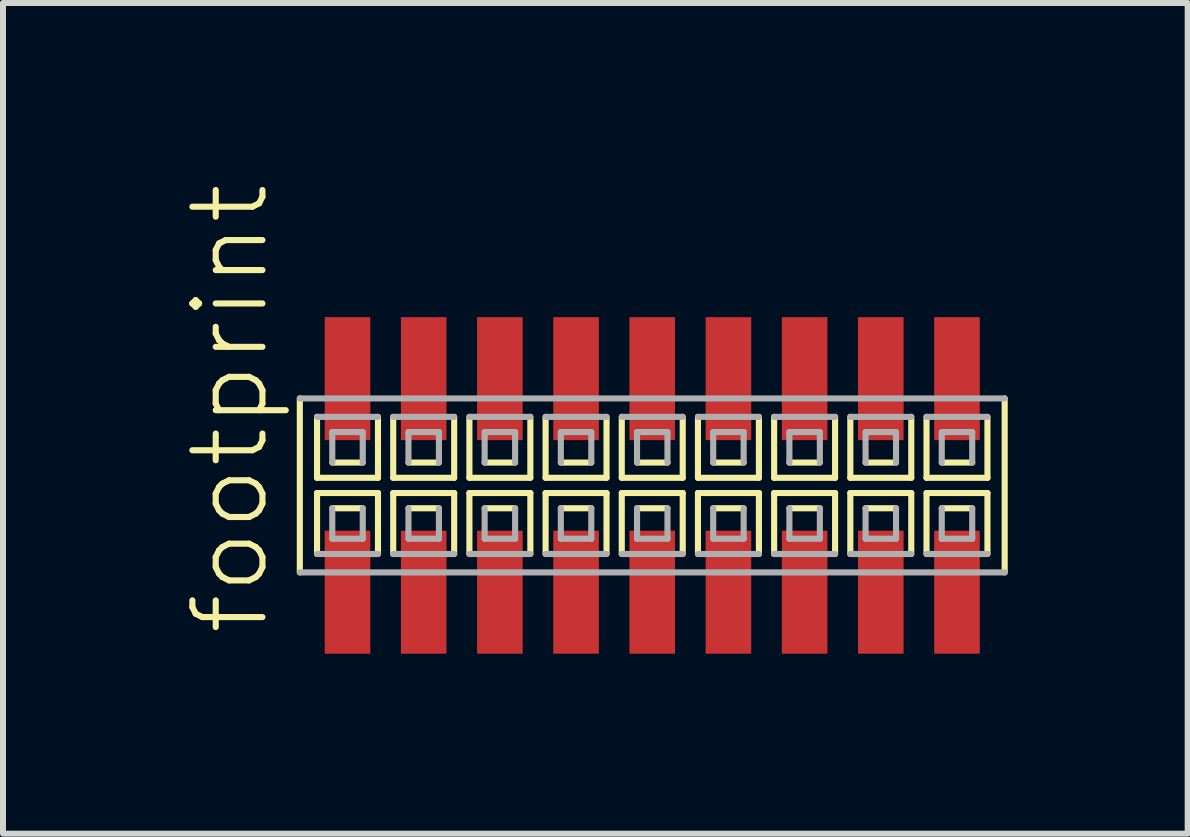
<source format=kicad_pcb>
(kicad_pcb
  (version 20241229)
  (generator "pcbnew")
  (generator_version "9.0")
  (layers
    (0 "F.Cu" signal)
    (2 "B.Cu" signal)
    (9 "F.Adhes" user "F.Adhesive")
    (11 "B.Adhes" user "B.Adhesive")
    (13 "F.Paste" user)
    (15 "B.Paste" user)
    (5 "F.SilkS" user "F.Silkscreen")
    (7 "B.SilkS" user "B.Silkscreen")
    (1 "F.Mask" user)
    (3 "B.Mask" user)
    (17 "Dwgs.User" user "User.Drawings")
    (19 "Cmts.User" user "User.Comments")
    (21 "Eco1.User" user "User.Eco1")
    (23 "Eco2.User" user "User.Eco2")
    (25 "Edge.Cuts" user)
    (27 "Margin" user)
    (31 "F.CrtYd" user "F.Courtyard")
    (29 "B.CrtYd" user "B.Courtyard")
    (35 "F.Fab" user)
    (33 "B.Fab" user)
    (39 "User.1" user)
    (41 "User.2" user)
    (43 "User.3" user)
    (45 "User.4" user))
  (footprint "footprint"
    (layer "F.Cu")
    (at 7.823 5.042)
    (property "Reference" "footprint" (at -6.35 2.54 90) (layer "F.SilkS") (effects (font (size 1.168 1.168) (thickness 0.102)) (justify left bottom)))
    (fp_line (start -5.875 -1.45) (end -5.875 1.45) (stroke (width 0.102) (type solid)) (layer "F.SilkS"))
    (fp_line (start -5.588 -1.143) (end -5.588 -0.127) (stroke (width 0.102) (type solid)) (layer "F.SilkS"))
    (fp_line (start -5.588 -0.127) (end -4.572 -0.127) (stroke (width 0.102) (type solid)) (layer "F.SilkS"))
    (fp_line (start -5.588 0.127) (end -5.588 1.143) (stroke (width 0.102) (type solid)) (layer "F.SilkS"))
    (fp_line (start -5.334 -0.381) (end -4.826 -0.381) (stroke (width 0.102) (type solid)) (layer "F.SilkS"))
    (fp_line (start -4.826 0.381) (end -5.334 0.381) (stroke (width 0.102) (type solid)) (layer "F.SilkS"))
    (fp_line (start -4.572 -0.127) (end -4.572 -1.143) (stroke (width 0.102) (type solid)) (layer "F.SilkS"))
    (fp_line (start -4.572 0.127) (end -5.588 0.127) (stroke (width 0.102) (type solid)) (layer "F.SilkS"))
    (fp_line (start -4.572 1.143) (end -4.572 0.127) (stroke (width 0.102) (type solid)) (layer "F.SilkS"))
    (fp_line (start -4.318 -1.143) (end -4.318 -0.127) (stroke (width 0.102) (type solid)) (layer "F.SilkS"))
    (fp_line (start -4.318 -0.127) (end -3.302 -0.127) (stroke (width 0.102) (type solid)) (layer "F.SilkS"))
    (fp_line (start -4.318 0.127) (end -4.318 1.143) (stroke (width 0.102) (type solid)) (layer "F.SilkS"))
    (fp_line (start -4.064 -0.381) (end -3.556 -0.381) (stroke (width 0.102) (type solid)) (layer "F.SilkS"))
    (fp_line (start -3.556 0.381) (end -4.064 0.381) (stroke (width 0.102) (type solid)) (layer "F.SilkS"))
    (fp_line (start -3.302 -0.127) (end -3.302 -1.143) (stroke (width 0.102) (type solid)) (layer "F.SilkS"))
    (fp_line (start -3.302 0.127) (end -4.318 0.127) (stroke (width 0.102) (type solid)) (layer "F.SilkS"))
    (fp_line (start -3.302 1.143) (end -3.302 0.127) (stroke (width 0.102) (type solid)) (layer "F.SilkS"))
    (fp_line (start -3.048 -1.143) (end -3.048 -0.127) (stroke (width 0.102) (type solid)) (layer "F.SilkS"))
    (fp_line (start -3.048 -0.127) (end -2.032 -0.127) (stroke (width 0.102) (type solid)) (layer "F.SilkS"))
    (fp_line (start -3.048 0.127) (end -3.048 1.143) (stroke (width 0.102) (type solid)) (layer "F.SilkS"))
    (fp_line (start -2.794 -0.381) (end -2.286 -0.381) (stroke (width 0.102) (type solid)) (layer "F.SilkS"))
    (fp_line (start -2.286 0.381) (end -2.794 0.381) (stroke (width 0.102) (type solid)) (layer "F.SilkS"))
    (fp_line (start -2.032 -0.127) (end -2.032 -1.143) (stroke (width 0.102) (type solid)) (layer "F.SilkS"))
    (fp_line (start -2.032 0.127) (end -3.048 0.127) (stroke (width 0.102) (type solid)) (layer "F.SilkS"))
    (fp_line (start -2.032 1.143) (end -2.032 0.127) (stroke (width 0.102) (type solid)) (layer "F.SilkS"))
    (fp_line (start -1.778 -1.143) (end -1.778 -0.127) (stroke (width 0.102) (type solid)) (layer "F.SilkS"))
    (fp_line (start -1.778 -0.127) (end -0.762 -0.127) (stroke (width 0.102) (type solid)) (layer "F.SilkS"))
    (fp_line (start -1.778 0.127) (end -1.778 1.143) (stroke (width 0.102) (type solid)) (layer "F.SilkS"))
    (fp_line (start -1.524 -0.381) (end -1.016 -0.381) (stroke (width 0.102) (type solid)) (layer "F.SilkS"))
    (fp_line (start -1.016 0.381) (end -1.524 0.381) (stroke (width 0.102) (type solid)) (layer "F.SilkS"))
    (fp_line (start -0.762 -0.127) (end -0.762 -1.143) (stroke (width 0.102) (type solid)) (layer "F.SilkS"))
    (fp_line (start -0.762 0.127) (end -1.778 0.127) (stroke (width 0.102) (type solid)) (layer "F.SilkS"))
    (fp_line (start -0.762 1.143) (end -0.762 0.127) (stroke (width 0.102) (type solid)) (layer "F.SilkS"))
    (fp_line (start -0.508 -1.143) (end -0.508 -0.127) (stroke (width 0.102) (type solid)) (layer "F.SilkS"))
    (fp_line (start -0.508 -0.127) (end 0.508 -0.127) (stroke (width 0.102) (type solid)) (layer "F.SilkS"))
    (fp_line (start -0.508 0.127) (end -0.508 1.143) (stroke (width 0.102) (type solid)) (layer "F.SilkS"))
    (fp_line (start -0.254 -0.381) (end 0.254 -0.381) (stroke (width 0.102) (type solid)) (layer "F.SilkS"))
    (fp_line (start 0.254 0.381) (end -0.254 0.381) (stroke (width 0.102) (type solid)) (layer "F.SilkS"))
    (fp_line (start 0.508 -0.127) (end 0.508 -1.143) (stroke (width 0.102) (type solid)) (layer "F.SilkS"))
    (fp_line (start 0.508 0.127) (end -0.508 0.127) (stroke (width 0.102) (type solid)) (layer "F.SilkS"))
    (fp_line (start 0.508 1.143) (end 0.508 0.127) (stroke (width 0.102) (type solid)) (layer "F.SilkS"))
    (fp_line (start 0.762 -1.143) (end 0.762 -0.127) (stroke (width 0.102) (type solid)) (layer "F.SilkS"))
    (fp_line (start 0.762 -0.127) (end 1.778 -0.127) (stroke (width 0.102) (type solid)) (layer "F.SilkS"))
    (fp_line (start 0.762 0.127) (end 0.762 1.143) (stroke (width 0.102) (type solid)) (layer "F.SilkS"))
    (fp_line (start 1.016 -0.381) (end 1.524 -0.381) (stroke (width 0.102) (type solid)) (layer "F.SilkS"))
    (fp_line (start 1.524 0.381) (end 1.016 0.381) (stroke (width 0.102) (type solid)) (layer "F.SilkS"))
    (fp_line (start 1.778 -0.127) (end 1.778 -1.143) (stroke (width 0.102) (type solid)) (layer "F.SilkS"))
    (fp_line (start 1.778 0.127) (end 0.762 0.127) (stroke (width 0.102) (type solid)) (layer "F.SilkS"))
    (fp_line (start 1.778 1.143) (end 1.778 0.127) (stroke (width 0.102) (type solid)) (layer "F.SilkS"))
    (fp_line (start 2.032 -1.143) (end 2.032 -0.127) (stroke (width 0.102) (type solid)) (layer "F.SilkS"))
    (fp_line (start 2.032 -0.127) (end 3.048 -0.127) (stroke (width 0.102) (type solid)) (layer "F.SilkS"))
    (fp_line (start 2.032 0.127) (end 2.032 1.143) (stroke (width 0.102) (type solid)) (layer "F.SilkS"))
    (fp_line (start 2.286 -0.381) (end 2.794 -0.381) (stroke (width 0.102) (type solid)) (layer "F.SilkS"))
    (fp_line (start 2.794 0.381) (end 2.286 0.381) (stroke (width 0.102) (type solid)) (layer "F.SilkS"))
    (fp_line (start 3.048 -0.127) (end 3.048 -1.143) (stroke (width 0.102) (type solid)) (layer "F.SilkS"))
    (fp_line (start 3.048 0.127) (end 2.032 0.127) (stroke (width 0.102) (type solid)) (layer "F.SilkS"))
    (fp_line (start 3.048 1.143) (end 3.048 0.127) (stroke (width 0.102) (type solid)) (layer "F.SilkS"))
    (fp_line (start 3.302 -1.143) (end 3.302 -0.127) (stroke (width 0.102) (type solid)) (layer "F.SilkS"))
    (fp_line (start 3.302 -0.127) (end 4.318 -0.127) (stroke (width 0.102) (type solid)) (layer "F.SilkS"))
    (fp_line (start 3.302 0.127) (end 3.302 1.143) (stroke (width 0.102) (type solid)) (layer "F.SilkS"))
    (fp_line (start 3.556 -0.381) (end 4.064 -0.381) (stroke (width 0.102) (type solid)) (layer "F.SilkS"))
    (fp_line (start 4.064 0.381) (end 3.556 0.381) (stroke (width 0.102) (type solid)) (layer "F.SilkS"))
    (fp_line (start 4.318 -0.127) (end 4.318 -1.143) (stroke (width 0.102) (type solid)) (layer "F.SilkS"))
    (fp_line (start 4.318 0.127) (end 3.302 0.127) (stroke (width 0.102) (type solid)) (layer "F.SilkS"))
    (fp_line (start 4.318 1.143) (end 4.318 0.127) (stroke (width 0.102) (type solid)) (layer "F.SilkS"))
    (fp_line (start 4.572 -1.143) (end 4.572 -0.127) (stroke (width 0.102) (type solid)) (layer "F.SilkS"))
    (fp_line (start 4.572 -0.127) (end 5.588 -0.127) (stroke (width 0.102) (type solid)) (layer "F.SilkS"))
    (fp_line (start 4.572 0.127) (end 4.572 1.143) (stroke (width 0.102) (type solid)) (layer "F.SilkS"))
    (fp_line (start 4.826 -0.381) (end 5.334 -0.381) (stroke (width 0.102) (type solid)) (layer "F.SilkS"))
    (fp_line (start 5.334 0.381) (end 4.826 0.381) (stroke (width 0.102) (type solid)) (layer "F.SilkS"))
    (fp_line (start 5.588 -0.127) (end 5.588 -1.143) (stroke (width 0.102) (type solid)) (layer "F.SilkS"))
    (fp_line (start 5.588 0.127) (end 4.572 0.127) (stroke (width 0.102) (type solid)) (layer "F.SilkS"))
    (fp_line (start 5.588 1.143) (end 5.588 0.127) (stroke (width 0.102) (type solid)) (layer "F.SilkS"))
    (fp_line (start 5.875 1.45) (end 5.875 -1.45) (stroke (width 0.102) (type solid)) (layer "F.SilkS"))
    (fp_line (start -5.875 1.45) (end 5.875 1.45) (stroke (width 0.102) (type solid)) (layer "F.Fab"))
    (fp_line (start -5.588 1.143) (end -4.572 1.143) (stroke (width 0.102) (type solid)) (layer "F.Fab"))
    (fp_line (start -5.334 -0.889) (end -5.334 -0.381) (stroke (width 0.102) (type solid)) (layer "F.Fab"))
    (fp_line (start -5.334 0.381) (end -5.334 0.889) (stroke (width 0.102) (type solid)) (layer "F.Fab"))
    (fp_line (start -5.334 0.889) (end -4.826 0.889) (stroke (width 0.102) (type solid)) (layer "F.Fab"))
    (fp_line (start -4.826 -0.889) (end -5.334 -0.889) (stroke (width 0.102) (type solid)) (layer "F.Fab"))
    (fp_line (start -4.826 -0.381) (end -4.826 -0.889) (stroke (width 0.102) (type solid)) (layer "F.Fab"))
    (fp_line (start -4.826 0.889) (end -4.826 0.381) (stroke (width 0.102) (type solid)) (layer "F.Fab"))
    (fp_line (start -4.572 -1.143) (end -5.588 -1.143) (stroke (width 0.102) (type solid)) (layer "F.Fab"))
    (fp_line (start -4.318 1.143) (end -3.302 1.143) (stroke (width 0.102) (type solid)) (layer "F.Fab"))
    (fp_line (start -4.064 -0.889) (end -4.064 -0.381) (stroke (width 0.102) (type solid)) (layer "F.Fab"))
    (fp_line (start -4.064 0.381) (end -4.064 0.889) (stroke (width 0.102) (type solid)) (layer "F.Fab"))
    (fp_line (start -4.064 0.889) (end -3.556 0.889) (stroke (width 0.102) (type solid)) (layer "F.Fab"))
    (fp_line (start -3.556 -0.889) (end -4.064 -0.889) (stroke (width 0.102) (type solid)) (layer "F.Fab"))
    (fp_line (start -3.556 -0.381) (end -3.556 -0.889) (stroke (width 0.102) (type solid)) (layer "F.Fab"))
    (fp_line (start -3.556 0.889) (end -3.556 0.381) (stroke (width 0.102) (type solid)) (layer "F.Fab"))
    (fp_line (start -3.302 -1.143) (end -4.318 -1.143) (stroke (width 0.102) (type solid)) (layer "F.Fab"))
    (fp_line (start -3.048 1.143) (end -2.032 1.143) (stroke (width 0.102) (type solid)) (layer "F.Fab"))
    (fp_line (start -2.794 -0.889) (end -2.794 -0.381) (stroke (width 0.102) (type solid)) (layer "F.Fab"))
    (fp_line (start -2.794 0.381) (end -2.794 0.889) (stroke (width 0.102) (type solid)) (layer "F.Fab"))
    (fp_line (start -2.794 0.889) (end -2.286 0.889) (stroke (width 0.102) (type solid)) (layer "F.Fab"))
    (fp_line (start -2.286 -0.889) (end -2.794 -0.889) (stroke (width 0.102) (type solid)) (layer "F.Fab"))
    (fp_line (start -2.286 -0.381) (end -2.286 -0.889) (stroke (width 0.102) (type solid)) (layer "F.Fab"))
    (fp_line (start -2.286 0.889) (end -2.286 0.381) (stroke (width 0.102) (type solid)) (layer "F.Fab"))
    (fp_line (start -2.032 -1.143) (end -3.048 -1.143) (stroke (width 0.102) (type solid)) (layer "F.Fab"))
    (fp_line (start -1.778 1.143) (end -0.762 1.143) (stroke (width 0.102) (type solid)) (layer "F.Fab"))
    (fp_line (start -1.524 -0.889) (end -1.524 -0.381) (stroke (width 0.102) (type solid)) (layer "F.Fab"))
    (fp_line (start -1.524 0.381) (end -1.524 0.889) (stroke (width 0.102) (type solid)) (layer "F.Fab"))
    (fp_line (start -1.524 0.889) (end -1.016 0.889) (stroke (width 0.102) (type solid)) (layer "F.Fab"))
    (fp_line (start -1.016 -0.889) (end -1.524 -0.889) (stroke (width 0.102) (type solid)) (layer "F.Fab"))
    (fp_line (start -1.016 -0.381) (end -1.016 -0.889) (stroke (width 0.102) (type solid)) (layer "F.Fab"))
    (fp_line (start -1.016 0.889) (end -1.016 0.381) (stroke (width 0.102) (type solid)) (layer "F.Fab"))
    (fp_line (start -0.762 -1.143) (end -1.778 -1.143) (stroke (width 0.102) (type solid)) (layer "F.Fab"))
    (fp_line (start -0.508 1.143) (end 0.508 1.143) (stroke (width 0.102) (type solid)) (layer "F.Fab"))
    (fp_line (start -0.254 -0.889) (end -0.254 -0.381) (stroke (width 0.102) (type solid)) (layer "F.Fab"))
    (fp_line (start -0.254 0.381) (end -0.254 0.889) (stroke (width 0.102) (type solid)) (layer "F.Fab"))
    (fp_line (start -0.254 0.889) (end 0.254 0.889) (stroke (width 0.102) (type solid)) (layer "F.Fab"))
    (fp_line (start 0.254 -0.889) (end -0.254 -0.889) (stroke (width 0.102) (type solid)) (layer "F.Fab"))
    (fp_line (start 0.254 -0.381) (end 0.254 -0.889) (stroke (width 0.102) (type solid)) (layer "F.Fab"))
    (fp_line (start 0.254 0.889) (end 0.254 0.381) (stroke (width 0.102) (type solid)) (layer "F.Fab"))
    (fp_line (start 0.508 -1.143) (end -0.508 -1.143) (stroke (width 0.102) (type solid)) (layer "F.Fab"))
    (fp_line (start 0.762 1.143) (end 1.778 1.143) (stroke (width 0.102) (type solid)) (layer "F.Fab"))
    (fp_line (start 1.016 -0.889) (end 1.016 -0.381) (stroke (width 0.102) (type solid)) (layer "F.Fab"))
    (fp_line (start 1.016 0.381) (end 1.016 0.889) (stroke (width 0.102) (type solid)) (layer "F.Fab"))
    (fp_line (start 1.016 0.889) (end 1.524 0.889) (stroke (width 0.102) (type solid)) (layer "F.Fab"))
    (fp_line (start 1.524 -0.889) (end 1.016 -0.889) (stroke (width 0.102) (type solid)) (layer "F.Fab"))
    (fp_line (start 1.524 -0.381) (end 1.524 -0.889) (stroke (width 0.102) (type solid)) (layer "F.Fab"))
    (fp_line (start 1.524 0.889) (end 1.524 0.381) (stroke (width 0.102) (type solid)) (layer "F.Fab"))
    (fp_line (start 1.778 -1.143) (end 0.762 -1.143) (stroke (width 0.102) (type solid)) (layer "F.Fab"))
    (fp_line (start 2.032 1.143) (end 3.048 1.143) (stroke (width 0.102) (type solid)) (layer "F.Fab"))
    (fp_line (start 2.286 -0.889) (end 2.286 -0.381) (stroke (width 0.102) (type solid)) (layer "F.Fab"))
    (fp_line (start 2.286 0.381) (end 2.286 0.889) (stroke (width 0.102) (type solid)) (layer "F.Fab"))
    (fp_line (start 2.286 0.889) (end 2.794 0.889) (stroke (width 0.102) (type solid)) (layer "F.Fab"))
    (fp_line (start 2.794 -0.889) (end 2.286 -0.889) (stroke (width 0.102) (type solid)) (layer "F.Fab"))
    (fp_line (start 2.794 -0.381) (end 2.794 -0.889) (stroke (width 0.102) (type solid)) (layer "F.Fab"))
    (fp_line (start 2.794 0.889) (end 2.794 0.381) (stroke (width 0.102) (type solid)) (layer "F.Fab"))
    (fp_line (start 3.048 -1.143) (end 2.032 -1.143) (stroke (width 0.102) (type solid)) (layer "F.Fab"))
    (fp_line (start 3.302 1.143) (end 4.318 1.143) (stroke (width 0.102) (type solid)) (layer "F.Fab"))
    (fp_line (start 3.556 -0.889) (end 3.556 -0.381) (stroke (width 0.102) (type solid)) (layer "F.Fab"))
    (fp_line (start 3.556 0.381) (end 3.556 0.889) (stroke (width 0.102) (type solid)) (layer "F.Fab"))
    (fp_line (start 3.556 0.889) (end 4.064 0.889) (stroke (width 0.102) (type solid)) (layer "F.Fab"))
    (fp_line (start 4.064 -0.889) (end 3.556 -0.889) (stroke (width 0.102) (type solid)) (layer "F.Fab"))
    (fp_line (start 4.064 -0.381) (end 4.064 -0.889) (stroke (width 0.102) (type solid)) (layer "F.Fab"))
    (fp_line (start 4.064 0.889) (end 4.064 0.381) (stroke (width 0.102) (type solid)) (layer "F.Fab"))
    (fp_line (start 4.318 -1.143) (end 3.302 -1.143) (stroke (width 0.102) (type solid)) (layer "F.Fab"))
    (fp_line (start 4.572 1.143) (end 5.588 1.143) (stroke (width 0.102) (type solid)) (layer "F.Fab"))
    (fp_line (start 4.826 -0.889) (end 4.826 -0.381) (stroke (width 0.102) (type solid)) (layer "F.Fab"))
    (fp_line (start 4.826 0.381) (end 4.826 0.889) (stroke (width 0.102) (type solid)) (layer "F.Fab"))
    (fp_line (start 4.826 0.889) (end 5.334 0.889) (stroke (width 0.102) (type solid)) (layer "F.Fab"))
    (fp_line (start 5.334 -0.889) (end 4.826 -0.889) (stroke (width 0.102) (type solid)) (layer "F.Fab"))
    (fp_line (start 5.334 -0.381) (end 5.334 -0.889) (stroke (width 0.102) (type solid)) (layer "F.Fab"))
    (fp_line (start 5.334 0.889) (end 5.334 0.381) (stroke (width 0.102) (type solid)) (layer "F.Fab"))
    (fp_line (start 5.588 -1.143) (end 4.572 -1.143) (stroke (width 0.102) (type solid)) (layer "F.Fab"))
    (fp_line (start 5.875 -1.45) (end -5.875 -1.45) (stroke (width 0.102) (type solid)) (layer "F.Fab"))
    (pad "1" smd rect (at -5.08 1.78) (size 0.76 2.05) (layers "F.Cu" "F.Mask" "F.Paste"))
    (pad "2" smd rect (at -5.08 -1.78) (size 0.76 2.05) (layers "F.Cu" "F.Mask" "F.Paste"))
    (pad "3" smd rect (at -3.81 1.78) (size 0.76 2.05) (layers "F.Cu" "F.Mask" "F.Paste"))
    (pad "4" smd rect (at -3.81 -1.78) (size 0.76 2.05) (layers "F.Cu" "F.Mask" "F.Paste"))
    (pad "5" smd rect (at -2.54 1.78) (size 0.76 2.05) (layers "F.Cu" "F.Mask" "F.Paste"))
    (pad "6" smd rect (at -2.54 -1.78) (size 0.76 2.05) (layers "F.Cu" "F.Mask" "F.Paste"))
    (pad "7" smd rect (at -1.27 1.78) (size 0.76 2.05) (layers "F.Cu" "F.Mask" "F.Paste"))
    (pad "8" smd rect (at -1.27 -1.78) (size 0.76 2.05) (layers "F.Cu" "F.Mask" "F.Paste"))
    (pad "9" smd rect (at 0 1.78) (size 0.76 2.05) (layers "F.Cu" "F.Mask" "F.Paste"))
    (pad "10" smd rect (at 0 -1.78) (size 0.76 2.05) (layers "F.Cu" "F.Mask" "F.Paste"))
    (pad "11" smd rect (at 1.27 1.78) (size 0.76 2.05) (layers "F.Cu" "F.Mask" "F.Paste"))
    (pad "12" smd rect (at 1.27 -1.78) (size 0.76 2.05) (layers "F.Cu" "F.Mask" "F.Paste"))
    (pad "13" smd rect (at 2.54 1.78) (size 0.76 2.05) (layers "F.Cu" "F.Mask" "F.Paste"))
    (pad "14" smd rect (at 2.54 -1.78) (size 0.76 2.05) (layers "F.Cu" "F.Mask" "F.Paste"))
    (pad "15" smd rect (at 3.81 1.78) (size 0.76 2.05) (layers "F.Cu" "F.Mask" "F.Paste"))
    (pad "16" smd rect (at 3.81 -1.78) (size 0.76 2.05) (layers "F.Cu" "F.Mask" "F.Paste"))
    (pad "17" smd rect (at 5.08 1.78) (size 0.76 2.05) (layers "F.Cu" "F.Mask" "F.Paste"))
    (pad "18" smd rect (at 5.08 -1.78) (size 0.76 2.05) (layers "F.Cu" "F.Mask" "F.Paste")))
  (gr_rect
    (start -3 -3)
    (end 16.749 10.847)
    (stroke (width 0.1) (type default))
    (fill no)
    (layer "Edge.Cuts")))
</source>
